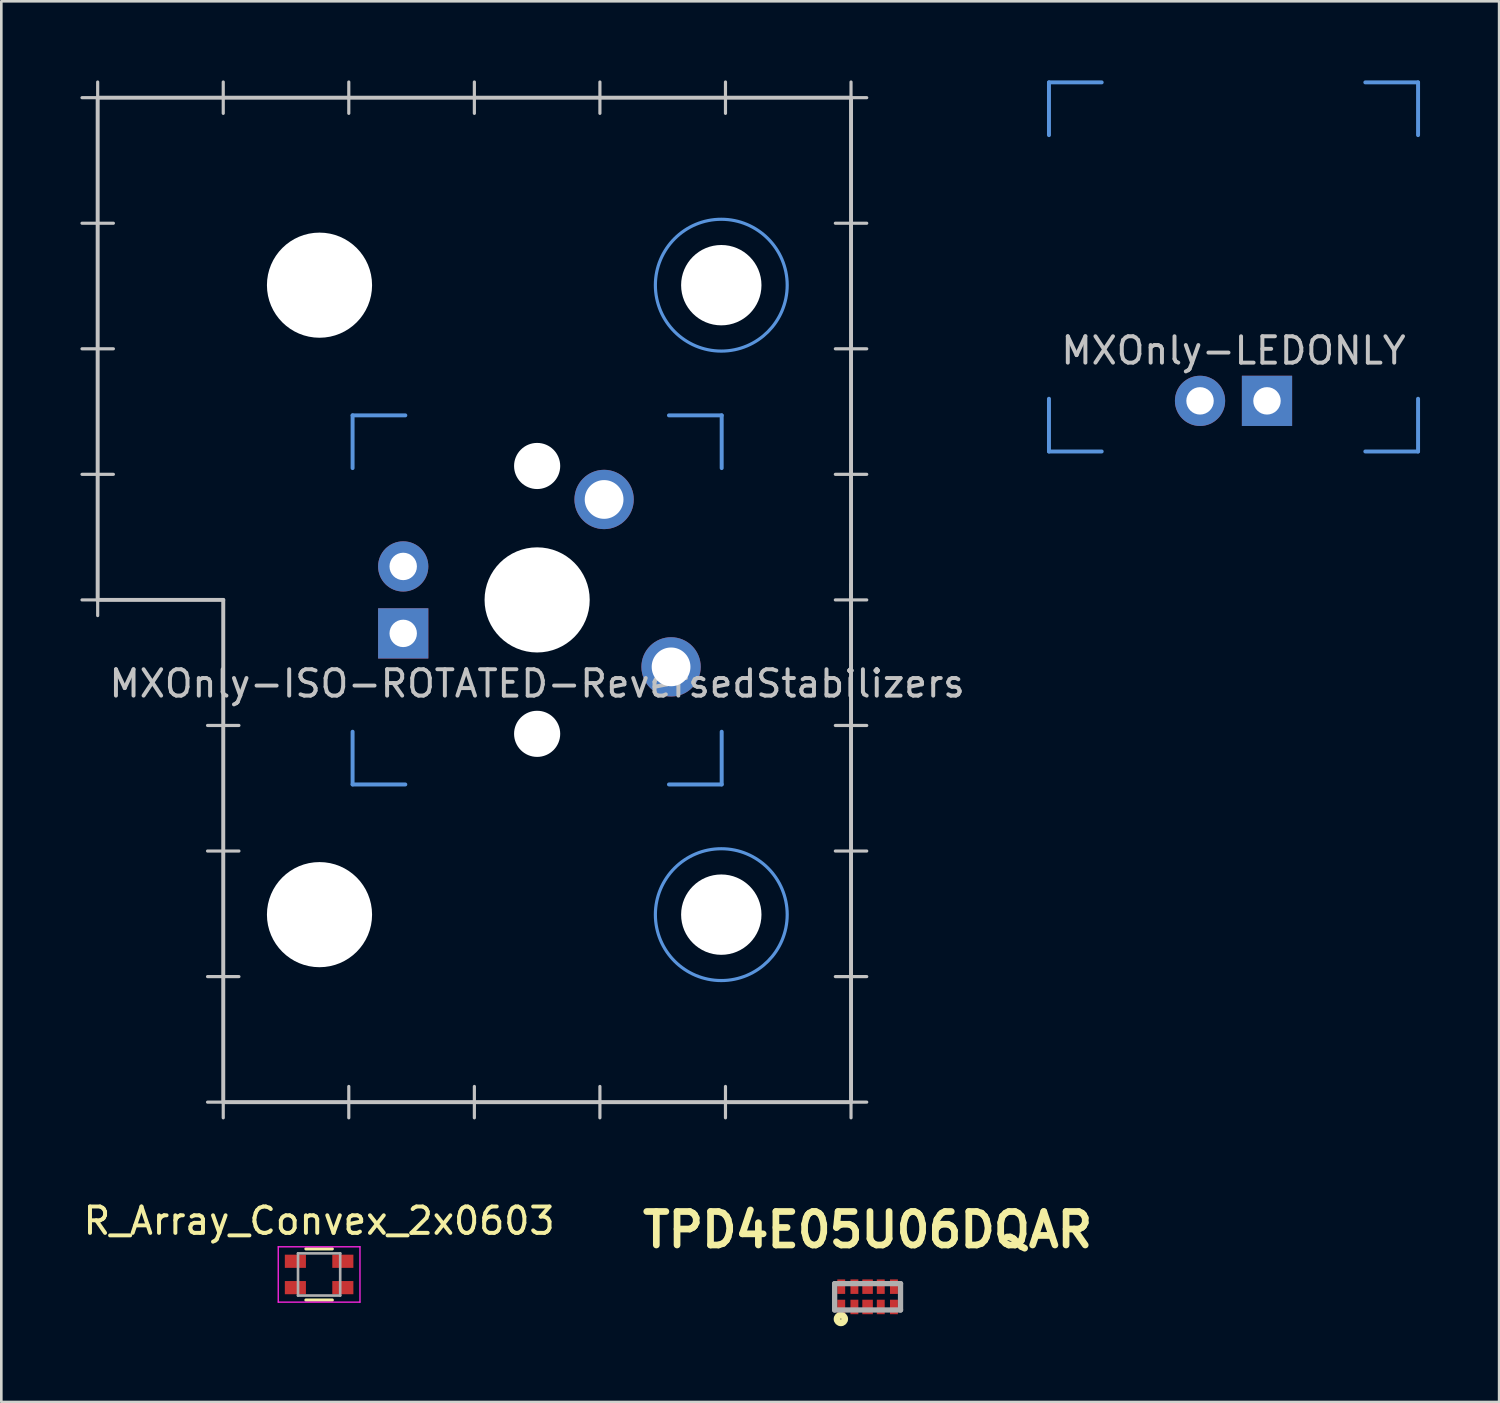
<source format=kicad_pcb>
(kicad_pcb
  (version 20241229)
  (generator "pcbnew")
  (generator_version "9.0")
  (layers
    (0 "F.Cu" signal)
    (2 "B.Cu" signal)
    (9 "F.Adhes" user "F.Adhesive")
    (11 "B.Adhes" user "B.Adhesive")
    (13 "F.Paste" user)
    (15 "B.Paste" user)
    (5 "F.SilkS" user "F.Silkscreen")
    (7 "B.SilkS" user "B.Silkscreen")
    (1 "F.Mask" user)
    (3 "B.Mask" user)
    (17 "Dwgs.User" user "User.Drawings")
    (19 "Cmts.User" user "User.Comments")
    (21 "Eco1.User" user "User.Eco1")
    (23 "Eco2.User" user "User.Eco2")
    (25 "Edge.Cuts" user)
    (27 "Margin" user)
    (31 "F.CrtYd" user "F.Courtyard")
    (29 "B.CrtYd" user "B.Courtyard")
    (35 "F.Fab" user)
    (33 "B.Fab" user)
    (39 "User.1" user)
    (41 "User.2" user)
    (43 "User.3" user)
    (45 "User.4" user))
  (footprint "TPD4E05U06DQAR"
    (layer "F.Cu")
    (at 29.858 46.139)
    (property "Reference" "TPD4E05U06DQAR" (at 0 -2.54 0) (layer "F.SilkS") (effects (font (size 1.27 1.27) (thickness 0.254))))
    (attr smd)
    (fp_circle (center -1.013 0.842) (end -1.013 0.861) (stroke (width 0.254) (type solid)) (fill no) (layer "F.SilkS"))
    (fp_line (start -1.25 -0.5) (end 1.25 -0.5) (stroke (width 0.2) (type solid)) (layer "F.Fab"))
    (fp_line (start -1.25 0.5) (end -1.25 -0.5) (stroke (width 0.2) (type solid)) (layer "F.Fab"))
    (fp_line (start 1.25 -0.5) (end 1.25 0.5) (stroke (width 0.2) (type solid)) (layer "F.Fab"))
    (fp_line (start 1.25 0.5) (end -1.25 0.5) (stroke (width 0.2) (type solid)) (layer "F.Fab"))
    (pad "1" smd rect (at -1 0.385) (size 0.3 0.55) (layers "F.Cu" "F.Mask" "F.Paste"))
    (pad "2" smd rect (at -0.5 0.385) (size 0.3 0.55) (layers "F.Cu" "F.Mask" "F.Paste"))
    (pad "3" smd rect (at 0 0.385) (size 0.4 0.55) (layers "F.Cu" "F.Mask" "F.Paste"))
    (pad "4" smd rect (at 0.5 0.385) (size 0.3 0.55) (layers "F.Cu" "F.Mask" "F.Paste"))
    (pad "5" smd rect (at 1 0.385) (size 0.3 0.55) (layers "F.Cu" "F.Mask" "F.Paste"))
    (pad "6" smd rect (at 1 -0.385) (size 0.3 0.55) (layers "F.Cu" "F.Mask" "F.Paste"))
    (pad "7" smd rect (at 0.5 -0.385) (size 0.3 0.55) (layers "F.Cu" "F.Mask" "F.Paste"))
    (pad "8" smd rect (at 0 -0.385) (size 0.4 0.55) (layers "F.Cu" "F.Mask" "F.Paste"))
    (pad "9" smd rect (at -0.5 -0.385) (size 0.3 0.55) (layers "F.Cu" "F.Mask" "F.Paste"))
    (pad "10" smd rect (at -1 -0.385) (size 0.3 0.55) (layers "F.Cu" "F.Mask" "F.Paste")))
  (footprint "MXOnly-LEDONLY"
    (layer "F.Cu")
    (at 43.738 7.075)
    (property "Reference" "MXOnly-LEDONLY" (at 0 3.175 0) (layer "Dwgs.User") (effects (font (size 1 1) (thickness 0.15))))
    (attr through_hole)
    (fp_line (start -7 -7) (end -7 -5) (stroke (width 0.15) (type solid)) (layer "Cmts.User"))
    (fp_line (start -7 7) (end -7 5) (stroke (width 0.15) (type solid)) (layer "Cmts.User"))
    (fp_line (start -5 -7) (end -7 -7) (stroke (width 0.15) (type solid)) (layer "Cmts.User"))
    (fp_line (start -5 7) (end -7 7) (stroke (width 0.15) (type solid)) (layer "Cmts.User"))
    (fp_line (start 5 -7) (end 7 -7) (stroke (width 0.15) (type solid)) (layer "Cmts.User"))
    (fp_line (start 7 -7) (end 7 -5) (stroke (width 0.15) (type solid)) (layer "Cmts.User"))
    (fp_line (start 7 5) (end 7 7) (stroke (width 0.15) (type solid)) (layer "Cmts.User"))
    (fp_line (start 7 7) (end 5 7) (stroke (width 0.15) (type solid)) (layer "Cmts.User"))
    (pad "1" thru_hole circle (at -1.27 5.08) (size 1.905 1.905) (drill 1.04) (layers "*.Cu" "*.Mask"))
    (pad "2" thru_hole rect (at 1.27 5.08) (size 1.905 1.905) (drill 1.04) (layers "*.Cu" "*.Mask")))
  (footprint "R_Array_Convex_2x0603"
    (layer "F.Cu")
    (at 9.054 45.291)
    (property "Reference" "R_Array_Convex_2x0603" (at 0 -2.032 0) (layer "F.SilkS") (effects (font (size 1 1) (thickness 0.15))))
    (attr through_hole)
    (fp_line (start 0.5 -0.97) (end -0.5 -0.97) (stroke (width 0.12) (type solid)) (layer "F.SilkS"))
    (fp_line (start 0.5 0.97) (end -0.5 0.97) (stroke (width 0.12) (type solid)) (layer "F.SilkS"))
    (fp_line (start -1.55 -1.05) (end -1.55 1.05) (stroke (width 0.05) (type solid)) (layer "F.CrtYd"))
    (fp_line (start -1.55 -1.05) (end 1.55 -1.05) (stroke (width 0.05) (type solid)) (layer "F.CrtYd"))
    (fp_line (start 1.55 1.05) (end -1.55 1.05) (stroke (width 0.05) (type solid)) (layer "F.CrtYd"))
    (fp_line (start 1.55 1.05) (end 1.55 -1.05) (stroke (width 0.05) (type solid)) (layer "F.CrtYd"))
    (fp_line (start -0.8 -0.8) (end 0.8 -0.8) (stroke (width 0.1) (type solid)) (layer "F.Fab"))
    (fp_line (start -0.8 0.8) (end -0.8 -0.8) (stroke (width 0.1) (type solid)) (layer "F.Fab"))
    (fp_line (start 0.8 -0.8) (end 0.8 0.8) (stroke (width 0.1) (type solid)) (layer "F.Fab"))
    (fp_line (start 0.8 0.8) (end -0.8 0.8) (stroke (width 0.1) (type solid)) (layer "F.Fab"))
    (pad "1" smd rect (at -0.9 -0.5) (size 0.8 0.5) (layers "F.Cu" "F.Mask" "F.Paste"))
    (pad "2" smd rect (at -0.9 0.5) (size 0.8 0.5) (layers "F.Cu" "F.Mask" "F.Paste"))
    (pad "3" smd rect (at 0.9 0.5) (size 0.8 0.5) (layers "F.Cu" "F.Mask" "F.Paste"))
    (pad "4" smd rect (at 0.9 -0.5) (size 0.8 0.5) (layers "F.Cu" "F.Mask" "F.Paste")))
  (footprint "MXOnly-ISO-ROTATED-ReversedStabilizers"
    (layer "F.Cu")
    (at 17.324 19.705)
    (property "Reference" "MXOnly-ISO-ROTATED-ReversedStabilizers" (at 0 3.175 0) (layer "Dwgs.User") (effects (font (size 1 1) (thickness 0.15))))
    (attr through_hole)
    (fp_line (start -17.264 0.000008) (end -16.669 0) (stroke (width 0.12) (type solid)) (layer "Dwgs.User"))
    (fp_line (start -17.264 -19.05) (end -16.669 -19.05) (stroke (width 0.12) (type solid)) (layer "Dwgs.User"))
    (fp_line (start -17.264 -4.763) (end -16.073 -4.763) (stroke (width 0.12) (type solid)) (layer "Dwgs.User"))
    (fp_line (start -16.669 0.595) (end -16.669 0) (stroke (width 0.12) (type solid)) (layer "Dwgs.User"))
    (fp_line (start -16.669 -19.645) (end -16.669 -19.05) (stroke (width 0.12) (type solid)) (layer "Dwgs.User"))
    (fp_line (start -16.669 -19.05) (end -16.669 0) (stroke (width 0.15) (type solid)) (layer "Dwgs.User"))
    (fp_line (start -16.669 -19.05) (end 11.906 -19.05) (stroke (width 0.15) (type solid)) (layer "Dwgs.User"))
    (fp_line (start -16.073 -14.288) (end -17.264 -14.288) (stroke (width 0.12) (type solid)) (layer "Dwgs.User"))
    (fp_line (start -16.073 -9.525) (end -17.264 -9.525) (stroke (width 0.12) (type solid)) (layer "Dwgs.User"))
    (fp_line (start -12.502 9.525) (end -11.311 9.525) (stroke (width 0.12) (type solid)) (layer "Dwgs.User"))
    (fp_line (start -12.502 14.288) (end -11.311 14.288) (stroke (width 0.12) (type solid)) (layer "Dwgs.User"))
    (fp_line (start -12.502 19.05) (end -11.906 19.05) (stroke (width 0.12) (type solid)) (layer "Dwgs.User"))
    (fp_line (start -11.906 19.645) (end -11.906 19.05) (stroke (width 0.12) (type solid)) (layer "Dwgs.User"))
    (fp_line (start -11.906 0) (end -16.669 0) (stroke (width 0.15) (type solid)) (layer "Dwgs.User"))
    (fp_line (start -11.906 19.05) (end -11.906 0) (stroke (width 0.15) (type solid)) (layer "Dwgs.User"))
    (fp_line (start -11.906 19.05) (end 11.906 19.05) (stroke (width 0.15) (type solid)) (layer "Dwgs.User"))
    (fp_line (start -11.906 -19.645) (end -11.906 -18.455) (stroke (width 0.12) (type solid)) (layer "Dwgs.User"))
    (fp_line (start -11.311 4.762) (end -12.502 4.762) (stroke (width 0.12) (type solid)) (layer "Dwgs.User"))
    (fp_line (start -7.144 18.455) (end -7.144 19.645) (stroke (width 0.12) (type solid)) (layer "Dwgs.User"))
    (fp_line (start -7.144 -18.455) (end -7.144 -19.645) (stroke (width 0.12) (type solid)) (layer "Dwgs.User"))
    (fp_line (start -2.381 18.455) (end -2.381 19.645) (stroke (width 0.12) (type solid)) (layer "Dwgs.User"))
    (fp_line (start -2.381 -18.455) (end -2.381 -19.645) (stroke (width 0.12) (type solid)) (layer "Dwgs.User"))
    (fp_line (start 2.381 19.645) (end 2.381 18.455) (stroke (width 0.12) (type solid)) (layer "Dwgs.User"))
    (fp_line (start 2.381 -18.455) (end 2.381 -19.645) (stroke (width 0.12) (type solid)) (layer "Dwgs.User"))
    (fp_line (start 7.144 18.455) (end 7.144 19.645) (stroke (width 0.12) (type solid)) (layer "Dwgs.User"))
    (fp_line (start 7.144 -18.455) (end 7.144 -19.645) (stroke (width 0.12) (type solid)) (layer "Dwgs.User"))
    (fp_line (start 11.311 14.288) (end 12.502 14.288) (stroke (width 0.12) (type solid)) (layer "Dwgs.User"))
    (fp_line (start 11.311 0) (end 12.502 0) (stroke (width 0.12) (type solid)) (layer "Dwgs.User"))
    (fp_line (start 11.906 19.645) (end 11.906 19.05) (stroke (width 0.12) (type solid)) (layer "Dwgs.User"))
    (fp_line (start 11.906 -19.05) (end 11.906 19.05) (stroke (width 0.15) (type solid)) (layer "Dwgs.User"))
    (fp_line (start 11.906 -19.645) (end 11.906 -19.05) (stroke (width 0.12) (type solid)) (layer "Dwgs.User"))
    (fp_line (start 11.906 0.595) (end 11.906 -0.595) (stroke (width 0.12) (type solid)) (layer "Dwgs.User"))
    (fp_line (start 12.502 -19.05) (end 11.906 -19.05) (stroke (width 0.12) (type solid)) (layer "Dwgs.User"))
    (fp_line (start 12.502 4.763) (end 11.311 4.763) (stroke (width 0.12) (type solid)) (layer "Dwgs.User"))
    (fp_line (start 12.502 9.525) (end 11.311 9.525) (stroke (width 0.12) (type solid)) (layer "Dwgs.User"))
    (fp_line (start 12.502 19.05) (end 11.906 19.05) (stroke (width 0.12) (type solid)) (layer "Dwgs.User"))
    (fp_line (start 12.502 -14.288) (end 11.311 -14.288) (stroke (width 0.12) (type solid)) (layer "Dwgs.User"))
    (fp_line (start 12.502 -9.525) (end 11.311 -9.525) (stroke (width 0.12) (type solid)) (layer "Dwgs.User"))
    (fp_line (start 12.502 -4.763) (end 11.311 -4.763) (stroke (width 0.12) (type solid)) (layer "Dwgs.User"))
    (fp_line (start -7 -7) (end -5 -7) (stroke (width 0.15) (type solid)) (layer "Cmts.User"))
    (fp_line (start -7 -5) (end -7 -7) (stroke (width 0.15) (type solid)) (layer "Cmts.User"))
    (fp_line (start -7 7) (end -7 5) (stroke (width 0.15) (type solid)) (layer "Cmts.User"))
    (fp_line (start -5 7) (end -7 7) (stroke (width 0.15) (type solid)) (layer "Cmts.User"))
    (fp_line (start 7 -7) (end 5 -7) (stroke (width 0.15) (type solid)) (layer "Cmts.User"))
    (fp_line (start 7 -5) (end 7 -7) (stroke (width 0.15) (type solid)) (layer "Cmts.User"))
    (fp_line (start 7 5) (end 7 7) (stroke (width 0.15) (type solid)) (layer "Cmts.User"))
    (fp_line (start 7 7) (end 5 7) (stroke (width 0.15) (type solid)) (layer "Cmts.User"))
    (fp_circle (center 6.985 -11.938) (end 9.485 -11.938) (stroke (width 0.12) (type solid)) (fill no) (layer "Cmts.User"))
    (fp_circle (center 6.985 11.938) (end 9.485 11.938) (stroke (width 0.12) (type solid)) (fill no) (layer "Cmts.User"))
    (pad "" np_thru_hole circle (at -8.255 -11.938) (size 3.988 3.988) (drill 3.988) (layers "*.Cu" "*.Mask"))
    (pad "" np_thru_hole circle (at -8.255 11.938) (size 3.988 3.988) (drill 3.988) (layers "*.Cu" "*.Mask"))
    (pad "" np_thru_hole circle (at 0 -5.08 48.1) (size 1.75 1.75) (drill 1.75) (layers "*.Cu" "*.Mask"))
    (pad "" np_thru_hole circle (at 0 0) (size 3.988 3.988) (drill 3.988) (layers "*.Cu" "*.Mask"))
    (pad "" np_thru_hole circle (at 0 5.08 48.1) (size 1.75 1.75) (drill 1.75) (layers "*.Cu" "*.Mask"))
    (pad "" np_thru_hole circle (at 6.985 -11.938) (size 3.048 3.048) (drill 3.048) (layers "*.Cu" "*.Mask"))
    (pad "" np_thru_hole circle (at 6.985 11.938) (size 3.048 3.048) (drill 3.048) (layers "*.Cu" "*.Mask"))
    (pad "1" thru_hole circle (at 2.54 -3.81) (size 2.25 2.25) (drill 1.47) (layers "*.Cu" "B.Mask"))
    (pad "2" thru_hole circle (at 5.08 2.54) (size 2.25 2.25) (drill 1.47) (layers "*.Cu" "B.Mask"))
    (pad "3" thru_hole circle (at -5.08 -1.27) (size 1.905 1.905) (drill 1.04) (layers "*.Cu" "B.Mask"))
    (pad "4" thru_hole rect (at -5.08 1.27) (size 1.905 1.905) (drill 1.04) (layers "*.Cu" "B.Mask")))
  (gr_rect
    (start -3 -3)
    (end 53.813 50.127)
    (stroke (width 0.1) (type default))
    (fill no)
    (layer "Edge.Cuts")))
</source>
